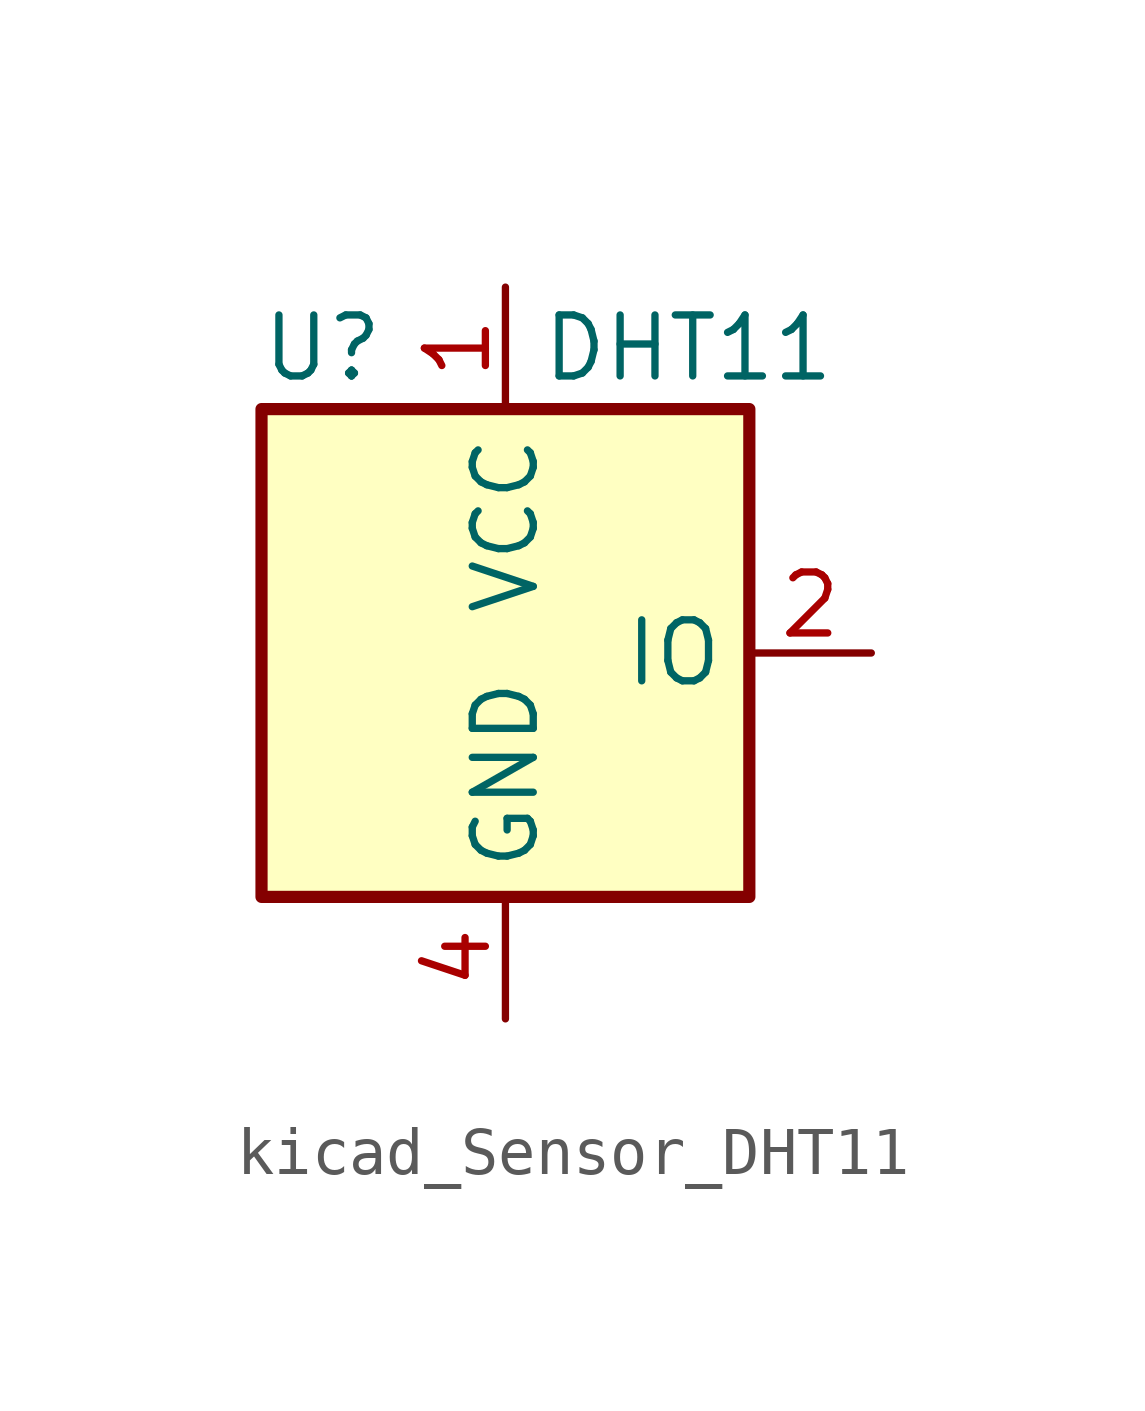
<source format=kicad_sym>
(kicad_symbol_lib
  (version 20220914)
  (generator kicad_symbol_editor)
  (symbol "kicad_Sensor_DHT11"
    (property "Reference" "U"
      (at -3.81 6.35 0)
      (effects (font (size 1.27 1.27))))
    (property "Value" "DHT11"
      (at 3.81 6.35 0)
      (effects (font (size 1.27 1.27))))
    (symbol "kicad_Sensor_DHT11_0_1"
      (rectangle (start -5.08 5.08) (end 5.08 -5.08) (stroke (width 0.254) (type default)) (fill (type background))))
    (symbol "kicad_Sensor_DHT11_1_1"
      (pin power_in line (at 0 7.62 270) (length 2.54) (name "VCC" (effects (font (size 1.27 1.27)))) (number "1" (effects (font (size 1.27 1.27)))))
      (pin bidirectional line (at 7.62 0 180) (length 2.54) (name "IO" (effects (font (size 1.27 1.27)))) (number "2" (effects (font (size 1.27 1.27)))))
      (pin no_connect line (at -5.08 0 0) (length 2.54) hide (name "NC" (effects (font (size 1.27 1.27)))) (number "3" (effects (font (size 1.27 1.27)))))
      (pin power_in line (at 0 -7.62 90) (length 2.54) (name "GND" (effects (font (size 1.27 1.27)))) (number "4" (effects (font (size 1.27 1.27))))))))
</source>
